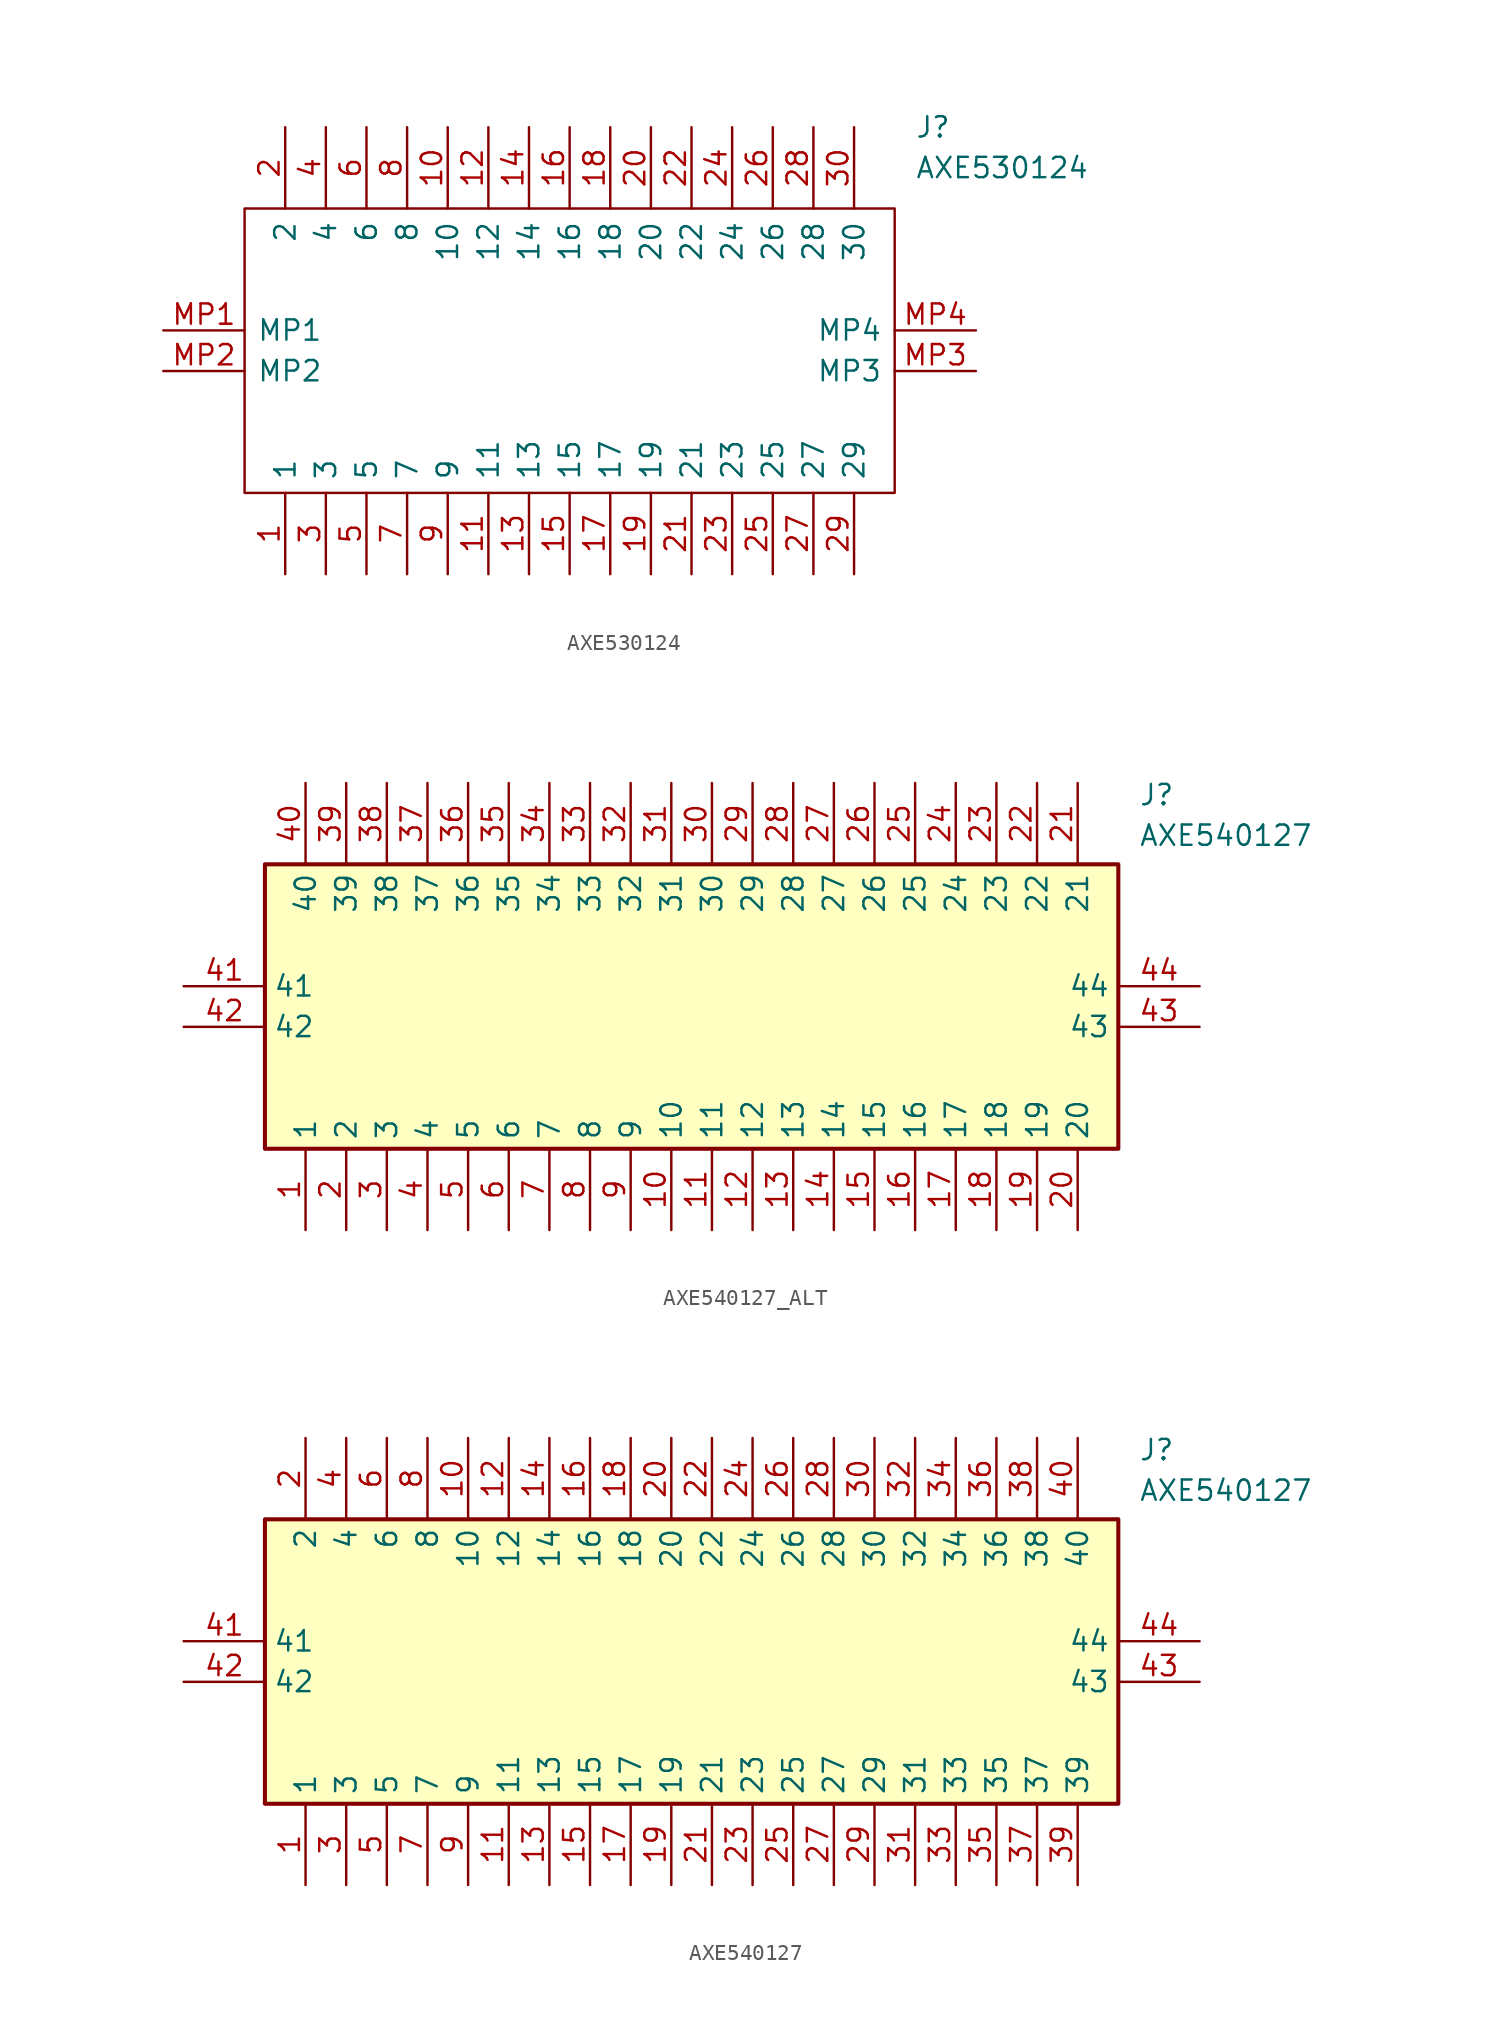
<source format=kicad_sym>
(kicad_symbol_lib
  (version 20220914)
  (generator kicad_symbol_editor)
  (symbol "AXE530124"
    (pin_names
      (offset 0.762))
    (property "Reference" "J"
      (at 46.99 12.7 0)
      (effects (font (size 1.27 1.27)) (justify left)))
    (property "Value" "AXE530124"
      (at 46.99 10.16 0)
      (effects (font (size 1.27 1.27)) (justify left)))
    (symbol "AXE530124_0_0"
      (pin passive line (at 7.62 -15.24 90) (length 5.08) (name "1" (effects (font (size 1.27 1.27)))) (number "1" (effects (font (size 1.27 1.27)))))
      (pin passive line (at 17.78 12.7 270) (length 5.08) (name "10" (effects (font (size 1.27 1.27)))) (number "10" (effects (font (size 1.27 1.27)))))
      (pin passive line (at 20.32 -15.24 90) (length 5.08) (name "11" (effects (font (size 1.27 1.27)))) (number "11" (effects (font (size 1.27 1.27)))))
      (pin passive line (at 20.32 12.7 270) (length 5.08) (name "12" (effects (font (size 1.27 1.27)))) (number "12" (effects (font (size 1.27 1.27)))))
      (pin passive line (at 22.86 -15.24 90) (length 5.08) (name "13" (effects (font (size 1.27 1.27)))) (number "13" (effects (font (size 1.27 1.27)))))
      (pin passive line (at 22.86 12.7 270) (length 5.08) (name "14" (effects (font (size 1.27 1.27)))) (number "14" (effects (font (size 1.27 1.27)))))
      (pin passive line (at 25.4 -15.24 90) (length 5.08) (name "15" (effects (font (size 1.27 1.27)))) (number "15" (effects (font (size 1.27 1.27)))))
      (pin passive line (at 25.4 12.7 270) (length 5.08) (name "16" (effects (font (size 1.27 1.27)))) (number "16" (effects (font (size 1.27 1.27)))))
      (pin passive line (at 27.94 -15.24 90) (length 5.08) (name "17" (effects (font (size 1.27 1.27)))) (number "17" (effects (font (size 1.27 1.27)))))
      (pin passive line (at 27.94 12.7 270) (length 5.08) (name "18" (effects (font (size 1.27 1.27)))) (number "18" (effects (font (size 1.27 1.27)))))
      (pin passive line (at 30.48 -15.24 90) (length 5.08) (name "19" (effects (font (size 1.27 1.27)))) (number "19" (effects (font (size 1.27 1.27)))))
      (pin passive line (at 7.62 12.7 270) (length 5.08) (name "2" (effects (font (size 1.27 1.27)))) (number "2" (effects (font (size 1.27 1.27)))))
      (pin passive line (at 30.48 12.7 270) (length 5.08) (name "20" (effects (font (size 1.27 1.27)))) (number "20" (effects (font (size 1.27 1.27)))))
      (pin passive line (at 33.02 -15.24 90) (length 5.08) (name "21" (effects (font (size 1.27 1.27)))) (number "21" (effects (font (size 1.27 1.27)))))
      (pin passive line (at 33.02 12.7 270) (length 5.08) (name "22" (effects (font (size 1.27 1.27)))) (number "22" (effects (font (size 1.27 1.27)))))
      (pin passive line (at 35.56 -15.24 90) (length 5.08) (name "23" (effects (font (size 1.27 1.27)))) (number "23" (effects (font (size 1.27 1.27)))))
      (pin passive line (at 35.56 12.7 270) (length 5.08) (name "24" (effects (font (size 1.27 1.27)))) (number "24" (effects (font (size 1.27 1.27)))))
      (pin passive line (at 38.1 -15.24 90) (length 5.08) (name "25" (effects (font (size 1.27 1.27)))) (number "25" (effects (font (size 1.27 1.27)))))
      (pin passive line (at 38.1 12.7 270) (length 5.08) (name "26" (effects (font (size 1.27 1.27)))) (number "26" (effects (font (size 1.27 1.27)))))
      (pin passive line (at 40.64 -15.24 90) (length 5.08) (name "27" (effects (font (size 1.27 1.27)))) (number "27" (effects (font (size 1.27 1.27)))))
      (pin passive line (at 40.64 12.7 270) (length 5.08) (name "28" (effects (font (size 1.27 1.27)))) (number "28" (effects (font (size 1.27 1.27)))))
      (pin passive line (at 43.18 -15.24 90) (length 5.08) (name "29" (effects (font (size 1.27 1.27)))) (number "29" (effects (font (size 1.27 1.27)))))
      (pin passive line (at 10.16 -15.24 90) (length 5.08) (name "3" (effects (font (size 1.27 1.27)))) (number "3" (effects (font (size 1.27 1.27)))))
      (pin passive line (at 43.18 12.7 270) (length 5.08) (name "30" (effects (font (size 1.27 1.27)))) (number "30" (effects (font (size 1.27 1.27)))))
      (pin passive line (at 10.16 12.7 270) (length 5.08) (name "4" (effects (font (size 1.27 1.27)))) (number "4" (effects (font (size 1.27 1.27)))))
      (pin passive line (at 12.7 -15.24 90) (length 5.08) (name "5" (effects (font (size 1.27 1.27)))) (number "5" (effects (font (size 1.27 1.27)))))
      (pin passive line (at 12.7 12.7 270) (length 5.08) (name "6" (effects (font (size 1.27 1.27)))) (number "6" (effects (font (size 1.27 1.27)))))
      (pin passive line (at 15.24 -15.24 90) (length 5.08) (name "7" (effects (font (size 1.27 1.27)))) (number "7" (effects (font (size 1.27 1.27)))))
      (pin passive line (at 15.24 12.7 270) (length 5.08) (name "8" (effects (font (size 1.27 1.27)))) (number "8" (effects (font (size 1.27 1.27)))))
      (pin passive line (at 17.78 -15.24 90) (length 5.08) (name "9" (effects (font (size 1.27 1.27)))) (number "9" (effects (font (size 1.27 1.27)))))
      (pin passive line (at 0 0 0) (length 5.08) (name "MP1" (effects (font (size 1.27 1.27)))) (number "MP1" (effects (font (size 1.27 1.27)))))
      (pin passive line (at 0 -2.54 0) (length 5.08) (name "MP2" (effects (font (size 1.27 1.27)))) (number "MP2" (effects (font (size 1.27 1.27)))))
      (pin passive line (at 50.8 -2.54 180) (length 5.08) (name "MP3" (effects (font (size 1.27 1.27)))) (number "MP3" (effects (font (size 1.27 1.27)))))
      (pin passive line (at 50.8 0 180) (length 5.08) (name "MP4" (effects (font (size 1.27 1.27)))) (number "MP4" (effects (font (size 1.27 1.27))))))
    (symbol "AXE530124_0_1"
      (polyline (pts (xy 5.08 7.62) (xy 45.72 7.62) (xy 45.72 -10.16) (xy 5.08 -10.16) (xy 5.08 7.62)) (stroke (width 0.152) (type default)) (fill (type none)))))
  (symbol "AXE540127_ALT"
    (property "Reference" "J"
      (at 59.69 12.7 0)
      (effects (font (size 1.27 1.27)) (justify left top)))
    (property "Value" "AXE540127"
      (at 59.69 10.16 0)
      (effects (font (size 1.27 1.27)) (justify left top)))
    (symbol "AXE540127_ALT_1_1"
      (rectangle (start 5.08 7.62) (end 58.42 -10.16) (stroke (width 0.254) (type default)) (fill (type background)))
      (pin passive line (at 7.62 -15.24 90) (length 5.08) (name "1" (effects (font (size 1.27 1.27)))) (number "1" (effects (font (size 1.27 1.27)))))
      (pin passive line (at 30.48 -15.24 90) (length 5.08) (name "10" (effects (font (size 1.27 1.27)))) (number "10" (effects (font (size 1.27 1.27)))))
      (pin passive line (at 33.02 -15.24 90) (length 5.08) (name "11" (effects (font (size 1.27 1.27)))) (number "11" (effects (font (size 1.27 1.27)))))
      (pin passive line (at 35.56 -15.24 90) (length 5.08) (name "12" (effects (font (size 1.27 1.27)))) (number "12" (effects (font (size 1.27 1.27)))))
      (pin passive line (at 38.1 -15.24 90) (length 5.08) (name "13" (effects (font (size 1.27 1.27)))) (number "13" (effects (font (size 1.27 1.27)))))
      (pin passive line (at 40.64 -15.24 90) (length 5.08) (name "14" (effects (font (size 1.27 1.27)))) (number "14" (effects (font (size 1.27 1.27)))))
      (pin passive line (at 43.18 -15.24 90) (length 5.08) (name "15" (effects (font (size 1.27 1.27)))) (number "15" (effects (font (size 1.27 1.27)))))
      (pin passive line (at 45.72 -15.24 90) (length 5.08) (name "16" (effects (font (size 1.27 1.27)))) (number "16" (effects (font (size 1.27 1.27)))))
      (pin passive line (at 48.26 -15.24 90) (length 5.08) (name "17" (effects (font (size 1.27 1.27)))) (number "17" (effects (font (size 1.27 1.27)))))
      (pin passive line (at 50.8 -15.24 90) (length 5.08) (name "18" (effects (font (size 1.27 1.27)))) (number "18" (effects (font (size 1.27 1.27)))))
      (pin passive line (at 53.34 -15.24 90) (length 5.08) (name "19" (effects (font (size 1.27 1.27)))) (number "19" (effects (font (size 1.27 1.27)))))
      (pin passive line (at 10.16 -15.24 90) (length 5.08) (name "2" (effects (font (size 1.27 1.27)))) (number "2" (effects (font (size 1.27 1.27)))))
      (pin passive line (at 55.88 -15.24 90) (length 5.08) (name "20" (effects (font (size 1.27 1.27)))) (number "20" (effects (font (size 1.27 1.27)))))
      (pin passive line (at 55.88 12.7 270) (length 5.08) (name "21" (effects (font (size 1.27 1.27)))) (number "21" (effects (font (size 1.27 1.27)))))
      (pin passive line (at 53.34 12.7 270) (length 5.08) (name "22" (effects (font (size 1.27 1.27)))) (number "22" (effects (font (size 1.27 1.27)))))
      (pin passive line (at 50.8 12.7 270) (length 5.08) (name "23" (effects (font (size 1.27 1.27)))) (number "23" (effects (font (size 1.27 1.27)))))
      (pin passive line (at 48.26 12.7 270) (length 5.08) (name "24" (effects (font (size 1.27 1.27)))) (number "24" (effects (font (size 1.27 1.27)))))
      (pin passive line (at 45.72 12.7 270) (length 5.08) (name "25" (effects (font (size 1.27 1.27)))) (number "25" (effects (font (size 1.27 1.27)))))
      (pin passive line (at 43.18 12.7 270) (length 5.08) (name "26" (effects (font (size 1.27 1.27)))) (number "26" (effects (font (size 1.27 1.27)))))
      (pin passive line (at 40.64 12.7 270) (length 5.08) (name "27" (effects (font (size 1.27 1.27)))) (number "27" (effects (font (size 1.27 1.27)))))
      (pin passive line (at 38.1 12.7 270) (length 5.08) (name "28" (effects (font (size 1.27 1.27)))) (number "28" (effects (font (size 1.27 1.27)))))
      (pin passive line (at 35.56 12.7 270) (length 5.08) (name "29" (effects (font (size 1.27 1.27)))) (number "29" (effects (font (size 1.27 1.27)))))
      (pin passive line (at 12.7 -15.24 90) (length 5.08) (name "3" (effects (font (size 1.27 1.27)))) (number "3" (effects (font (size 1.27 1.27)))))
      (pin passive line (at 33.02 12.7 270) (length 5.08) (name "30" (effects (font (size 1.27 1.27)))) (number "30" (effects (font (size 1.27 1.27)))))
      (pin passive line (at 30.48 12.7 270) (length 5.08) (name "31" (effects (font (size 1.27 1.27)))) (number "31" (effects (font (size 1.27 1.27)))))
      (pin passive line (at 27.94 12.7 270) (length 5.08) (name "32" (effects (font (size 1.27 1.27)))) (number "32" (effects (font (size 1.27 1.27)))))
      (pin passive line (at 25.4 12.7 270) (length 5.08) (name "33" (effects (font (size 1.27 1.27)))) (number "33" (effects (font (size 1.27 1.27)))))
      (pin passive line (at 22.86 12.7 270) (length 5.08) (name "34" (effects (font (size 1.27 1.27)))) (number "34" (effects (font (size 1.27 1.27)))))
      (pin passive line (at 20.32 12.7 270) (length 5.08) (name "35" (effects (font (size 1.27 1.27)))) (number "35" (effects (font (size 1.27 1.27)))))
      (pin passive line (at 17.78 12.7 270) (length 5.08) (name "36" (effects (font (size 1.27 1.27)))) (number "36" (effects (font (size 1.27 1.27)))))
      (pin passive line (at 15.24 12.7 270) (length 5.08) (name "37" (effects (font (size 1.27 1.27)))) (number "37" (effects (font (size 1.27 1.27)))))
      (pin passive line (at 12.7 12.7 270) (length 5.08) (name "38" (effects (font (size 1.27 1.27)))) (number "38" (effects (font (size 1.27 1.27)))))
      (pin passive line (at 10.16 12.7 270) (length 5.08) (name "39" (effects (font (size 1.27 1.27)))) (number "39" (effects (font (size 1.27 1.27)))))
      (pin passive line (at 15.24 -15.24 90) (length 5.08) (name "4" (effects (font (size 1.27 1.27)))) (number "4" (effects (font (size 1.27 1.27)))))
      (pin passive line (at 7.62 12.7 270) (length 5.08) (name "40" (effects (font (size 1.27 1.27)))) (number "40" (effects (font (size 1.27 1.27)))))
      (pin passive line (at 0 0 0) (length 5.08) (name "41" (effects (font (size 1.27 1.27)))) (number "41" (effects (font (size 1.27 1.27)))))
      (pin passive line (at 0 -2.54 0) (length 5.08) (name "42" (effects (font (size 1.27 1.27)))) (number "42" (effects (font (size 1.27 1.27)))))
      (pin passive line (at 63.5 -2.54 180) (length 5.08) (name "43" (effects (font (size 1.27 1.27)))) (number "43" (effects (font (size 1.27 1.27)))))
      (pin passive line (at 63.5 0 180) (length 5.08) (name "44" (effects (font (size 1.27 1.27)))) (number "44" (effects (font (size 1.27 1.27)))))
      (pin passive line (at 17.78 -15.24 90) (length 5.08) (name "5" (effects (font (size 1.27 1.27)))) (number "5" (effects (font (size 1.27 1.27)))))
      (pin passive line (at 20.32 -15.24 90) (length 5.08) (name "6" (effects (font (size 1.27 1.27)))) (number "6" (effects (font (size 1.27 1.27)))))
      (pin passive line (at 22.86 -15.24 90) (length 5.08) (name "7" (effects (font (size 1.27 1.27)))) (number "7" (effects (font (size 1.27 1.27)))))
      (pin passive line (at 25.4 -15.24 90) (length 5.08) (name "8" (effects (font (size 1.27 1.27)))) (number "8" (effects (font (size 1.27 1.27)))))
      (pin passive line (at 27.94 -15.24 90) (length 5.08) (name "9" (effects (font (size 1.27 1.27)))) (number "9" (effects (font (size 1.27 1.27)))))))
  (symbol "AXE540127"
    (property "Reference" "J"
      (at 59.69 12.7 0)
      (effects (font (size 1.27 1.27)) (justify left top)))
    (property "Value" "AXE540127"
      (at 59.69 10.16 0)
      (effects (font (size 1.27 1.27)) (justify left top)))
    (symbol "AXE540127_1_1"
      (rectangle (start 5.08 7.62) (end 58.42 -10.16) (stroke (width 0.254) (type default)) (fill (type background)))
      (pin passive line (at 7.62 -15.24 90) (length 5.08) (name "1" (effects (font (size 1.27 1.27)))) (number "1" (effects (font (size 1.27 1.27)))))
      (pin passive line (at 17.78 12.7 270) (length 5.08) (name "10" (effects (font (size 1.27 1.27)))) (number "10" (effects (font (size 1.27 1.27)))))
      (pin passive line (at 20.32 -15.24 90) (length 5.08) (name "11" (effects (font (size 1.27 1.27)))) (number "11" (effects (font (size 1.27 1.27)))))
      (pin passive line (at 20.32 12.7 270) (length 5.08) (name "12" (effects (font (size 1.27 1.27)))) (number "12" (effects (font (size 1.27 1.27)))))
      (pin passive line (at 22.86 -15.24 90) (length 5.08) (name "13" (effects (font (size 1.27 1.27)))) (number "13" (effects (font (size 1.27 1.27)))))
      (pin passive line (at 22.86 12.7 270) (length 5.08) (name "14" (effects (font (size 1.27 1.27)))) (number "14" (effects (font (size 1.27 1.27)))))
      (pin passive line (at 25.4 -15.24 90) (length 5.08) (name "15" (effects (font (size 1.27 1.27)))) (number "15" (effects (font (size 1.27 1.27)))))
      (pin passive line (at 25.4 12.7 270) (length 5.08) (name "16" (effects (font (size 1.27 1.27)))) (number "16" (effects (font (size 1.27 1.27)))))
      (pin passive line (at 27.94 -15.24 90) (length 5.08) (name "17" (effects (font (size 1.27 1.27)))) (number "17" (effects (font (size 1.27 1.27)))))
      (pin passive line (at 27.94 12.7 270) (length 5.08) (name "18" (effects (font (size 1.27 1.27)))) (number "18" (effects (font (size 1.27 1.27)))))
      (pin passive line (at 30.48 -15.24 90) (length 5.08) (name "19" (effects (font (size 1.27 1.27)))) (number "19" (effects (font (size 1.27 1.27)))))
      (pin passive line (at 7.62 12.7 270) (length 5.08) (name "2" (effects (font (size 1.27 1.27)))) (number "2" (effects (font (size 1.27 1.27)))))
      (pin passive line (at 30.48 12.7 270) (length 5.08) (name "20" (effects (font (size 1.27 1.27)))) (number "20" (effects (font (size 1.27 1.27)))))
      (pin passive line (at 33.02 -15.24 90) (length 5.08) (name "21" (effects (font (size 1.27 1.27)))) (number "21" (effects (font (size 1.27 1.27)))))
      (pin passive line (at 33.02 12.7 270) (length 5.08) (name "22" (effects (font (size 1.27 1.27)))) (number "22" (effects (font (size 1.27 1.27)))))
      (pin passive line (at 35.56 -15.24 90) (length 5.08) (name "23" (effects (font (size 1.27 1.27)))) (number "23" (effects (font (size 1.27 1.27)))))
      (pin passive line (at 35.56 12.7 270) (length 5.08) (name "24" (effects (font (size 1.27 1.27)))) (number "24" (effects (font (size 1.27 1.27)))))
      (pin passive line (at 38.1 -15.24 90) (length 5.08) (name "25" (effects (font (size 1.27 1.27)))) (number "25" (effects (font (size 1.27 1.27)))))
      (pin passive line (at 38.1 12.7 270) (length 5.08) (name "26" (effects (font (size 1.27 1.27)))) (number "26" (effects (font (size 1.27 1.27)))))
      (pin passive line (at 40.64 -15.24 90) (length 5.08) (name "27" (effects (font (size 1.27 1.27)))) (number "27" (effects (font (size 1.27 1.27)))))
      (pin passive line (at 40.64 12.7 270) (length 5.08) (name "28" (effects (font (size 1.27 1.27)))) (number "28" (effects (font (size 1.27 1.27)))))
      (pin passive line (at 43.18 -15.24 90) (length 5.08) (name "29" (effects (font (size 1.27 1.27)))) (number "29" (effects (font (size 1.27 1.27)))))
      (pin passive line (at 10.16 -15.24 90) (length 5.08) (name "3" (effects (font (size 1.27 1.27)))) (number "3" (effects (font (size 1.27 1.27)))))
      (pin passive line (at 43.18 12.7 270) (length 5.08) (name "30" (effects (font (size 1.27 1.27)))) (number "30" (effects (font (size 1.27 1.27)))))
      (pin passive line (at 45.72 -15.24 90) (length 5.08) (name "31" (effects (font (size 1.27 1.27)))) (number "31" (effects (font (size 1.27 1.27)))))
      (pin passive line (at 45.72 12.7 270) (length 5.08) (name "32" (effects (font (size 1.27 1.27)))) (number "32" (effects (font (size 1.27 1.27)))))
      (pin passive line (at 48.26 -15.24 90) (length 5.08) (name "33" (effects (font (size 1.27 1.27)))) (number "33" (effects (font (size 1.27 1.27)))))
      (pin passive line (at 48.26 12.7 270) (length 5.08) (name "34" (effects (font (size 1.27 1.27)))) (number "34" (effects (font (size 1.27 1.27)))))
      (pin passive line (at 50.8 -15.24 90) (length 5.08) (name "35" (effects (font (size 1.27 1.27)))) (number "35" (effects (font (size 1.27 1.27)))))
      (pin passive line (at 50.8 12.7 270) (length 5.08) (name "36" (effects (font (size 1.27 1.27)))) (number "36" (effects (font (size 1.27 1.27)))))
      (pin passive line (at 53.34 -15.24 90) (length 5.08) (name "37" (effects (font (size 1.27 1.27)))) (number "37" (effects (font (size 1.27 1.27)))))
      (pin passive line (at 53.34 12.7 270) (length 5.08) (name "38" (effects (font (size 1.27 1.27)))) (number "38" (effects (font (size 1.27 1.27)))))
      (pin passive line (at 55.88 -15.24 90) (length 5.08) (name "39" (effects (font (size 1.27 1.27)))) (number "39" (effects (font (size 1.27 1.27)))))
      (pin passive line (at 10.16 12.7 270) (length 5.08) (name "4" (effects (font (size 1.27 1.27)))) (number "4" (effects (font (size 1.27 1.27)))))
      (pin passive line (at 55.88 12.7 270) (length 5.08) (name "40" (effects (font (size 1.27 1.27)))) (number "40" (effects (font (size 1.27 1.27)))))
      (pin passive line (at 0 0 0) (length 5.08) (name "41" (effects (font (size 1.27 1.27)))) (number "41" (effects (font (size 1.27 1.27)))))
      (pin passive line (at 0 -2.54 0) (length 5.08) (name "42" (effects (font (size 1.27 1.27)))) (number "42" (effects (font (size 1.27 1.27)))))
      (pin passive line (at 63.5 -2.54 180) (length 5.08) (name "43" (effects (font (size 1.27 1.27)))) (number "43" (effects (font (size 1.27 1.27)))))
      (pin passive line (at 63.5 0 180) (length 5.08) (name "44" (effects (font (size 1.27 1.27)))) (number "44" (effects (font (size 1.27 1.27)))))
      (pin passive line (at 12.7 -15.24 90) (length 5.08) (name "5" (effects (font (size 1.27 1.27)))) (number "5" (effects (font (size 1.27 1.27)))))
      (pin passive line (at 12.7 12.7 270) (length 5.08) (name "6" (effects (font (size 1.27 1.27)))) (number "6" (effects (font (size 1.27 1.27)))))
      (pin passive line (at 15.24 -15.24 90) (length 5.08) (name "7" (effects (font (size 1.27 1.27)))) (number "7" (effects (font (size 1.27 1.27)))))
      (pin passive line (at 15.24 12.7 270) (length 5.08) (name "8" (effects (font (size 1.27 1.27)))) (number "8" (effects (font (size 1.27 1.27)))))
      (pin passive line (at 17.78 -15.24 90) (length 5.08) (name "9" (effects (font (size 1.27 1.27)))) (number "9" (effects (font (size 1.27 1.27))))))))
</source>
